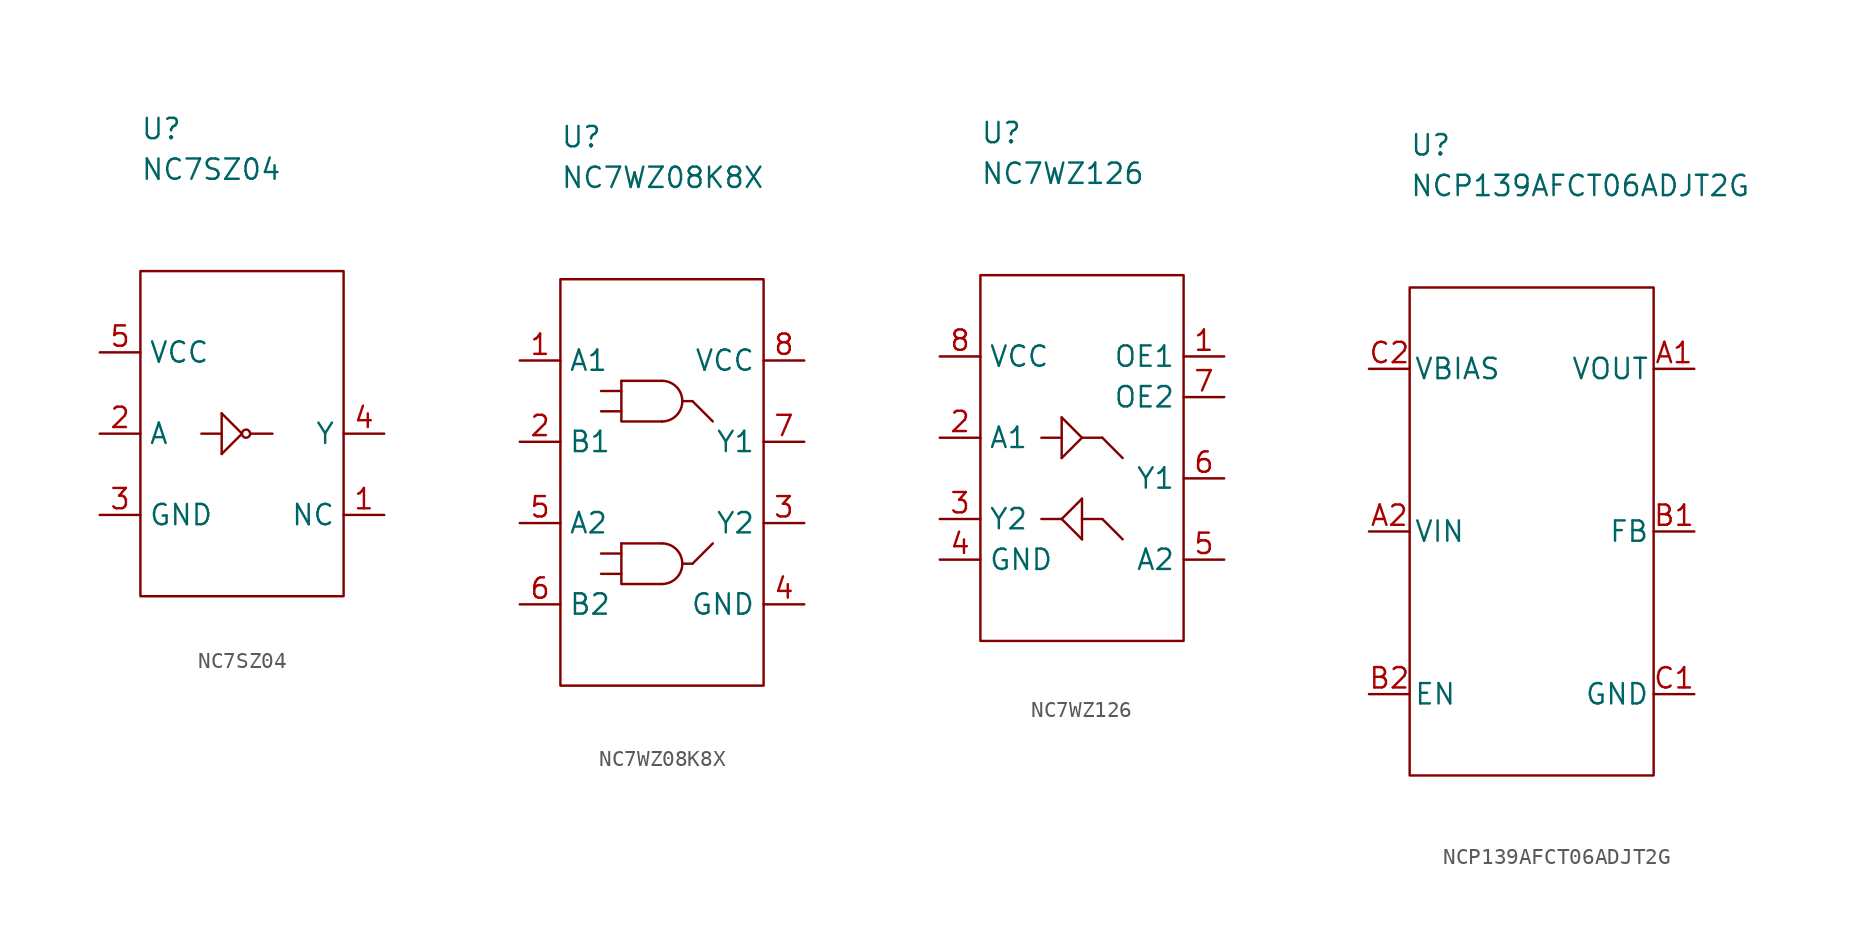
<source format=kicad_sym>
(kicad_symbol_lib
  (version 20211014)
  (generator kicad_symbol_editor)
  (symbol "NC7SZ04"
    (property "Reference" "U"
      (at 0 8.89 0)
      (effects (font (size 1.27 1.27)) (justify left)))
    (property "Value" "NC7SZ04"
      (at 0 6.35 0)
      (effects (font (size 1.27 1.27)) (justify left)))
    (symbol "NC7SZ04_0_1"
      (polyline (pts (xy 3.81 -10.16) (xy 5.08 -10.16)) (stroke (width 0.152) (type default) (color 0 0 0 0)) (fill (type none)))
      (polyline (pts (xy 8.255 -10.16) (xy 6.858 -10.16)) (stroke (width 0.152) (type default) (color 0 0 0 0)) (fill (type none)))
      (polyline (pts (xy 5.08 -8.89) (xy 6.35 -10.16) (xy 5.08 -11.43)) (stroke (width 0.152) (type default) (color 0 0 0 0)) (fill (type none)))
      (rectangle (start 0 0) (end 12.7 -20.32) (stroke (width 0.152) (type default) (color 0 0 0 0)) (fill (type none)))
      (rectangle (start 5.08 -8.89) (end 5.08 -11.43) (stroke (width 0.152) (type default) (color 0 0 0 0)) (fill (type none)))
      (circle (center 6.604 -10.16) (radius 0.254) (stroke (width 0.152) (type default) (color 0 0 0 0)) (fill (type none))))
    (symbol "NC7SZ04_1_1"
      (pin passive line (at 15.24 -15.24 180) (length 2.54) (name "NC" (effects (font (size 1.27 1.27)))) (number "1" (effects (font (size 1.27 1.27)))))
      (pin passive line (at -2.54 -10.16 0) (length 2.54) (name "A" (effects (font (size 1.27 1.27)))) (number "2" (effects (font (size 1.27 1.27)))))
      (pin passive line (at -2.54 -15.24 0) (length 2.54) (name "GND" (effects (font (size 1.27 1.27)))) (number "3" (effects (font (size 1.27 1.27)))))
      (pin passive line (at 15.24 -10.16 180) (length 2.54) (name "Y" (effects (font (size 1.27 1.27)))) (number "4" (effects (font (size 1.27 1.27)))))
      (pin passive line (at -2.54 -5.08 0) (length 2.54) (name "VCC" (effects (font (size 1.27 1.27)))) (number "5" (effects (font (size 1.27 1.27)))))))
  (symbol "NC7WZ08K8X"
    (property "Reference" "U"
      (at 0 8.89 0)
      (effects (font (size 1.27 1.27)) (justify left)))
    (property "Value" "NC7WZ08K8X"
      (at 0 6.35 0)
      (effects (font (size 1.27 1.27)) (justify left)))
    (symbol "NC7WZ08K8X_0_1"
      (polyline (pts (xy 2.54 -18.415) (xy 3.81 -18.415)) (stroke (width 0.152) (type default) (color 0 0 0 0)) (fill (type none)))
      (polyline (pts (xy 2.54 -17.145) (xy 3.81 -17.145)) (stroke (width 0.152) (type default) (color 0 0 0 0)) (fill (type none)))
      (polyline (pts (xy 2.54 -8.255) (xy 3.81 -8.255)) (stroke (width 0.152) (type default) (color 0 0 0 0)) (fill (type none)))
      (polyline (pts (xy 2.54 -6.985) (xy 3.81 -6.985)) (stroke (width 0.152) (type default) (color 0 0 0 0)) (fill (type none)))
      (polyline (pts (xy 3.81 -16.51) (xy 6.35 -16.51)) (stroke (width 0.152) (type default) (color 0 0 0 0)) (fill (type none)))
      (polyline (pts (xy 3.81 -6.35) (xy 6.35 -6.35)) (stroke (width 0.152) (type default) (color 0 0 0 0)) (fill (type none)))
      (polyline (pts (xy 8.255 -17.78) (xy 7.62 -17.78)) (stroke (width 0.152) (type default) (color 0 0 0 0)) (fill (type none)))
      (polyline (pts (xy 8.255 -7.62) (xy 7.62 -7.62)) (stroke (width 0.152) (type default) (color 0 0 0 0)) (fill (type none)))
      (polyline (pts (xy 9.525 -16.51) (xy 8.255 -17.78)) (stroke (width 0.152) (type default) (color 0 0 0 0)) (fill (type none)))
      (polyline (pts (xy 9.525 -8.89) (xy 8.255 -7.62)) (stroke (width 0.152) (type default) (color 0 0 0 0)) (fill (type none)))
      (polyline (pts (xy 3.81 -16.51) (xy 3.81 -19.05) (xy 6.35 -19.05)) (stroke (width 0.152) (type default) (color 0 0 0 0)) (fill (type none)))
      (polyline (pts (xy 3.81 -6.35) (xy 3.81 -8.89) (xy 6.35 -8.89)) (stroke (width 0.152) (type default) (color 0 0 0 0)) (fill (type none)))
      (rectangle (start 0 0) (end 12.7 -25.4) (stroke (width 0.152) (type default) (color 0 0 0 0)) (fill (type none)))
      (arc (start 6.35 -19.05) (mid 7.248 -18.678) (end 7.62 -17.78) (stroke (width 0.1524) (type default) (color 0 0 0 0)) (fill (type none)))
      (arc (start 6.35 -8.89) (mid 7.248 -8.518) (end 7.62 -7.62) (stroke (width 0.1524) (type default) (color 0 0 0 0)) (fill (type none)))
      (arc (start 7.62 -17.78) (mid 7.248 -16.882) (end 6.35 -16.51) (stroke (width 0.1524) (type default) (color 0 0 0 0)) (fill (type none)))
      (arc (start 7.62 -7.62) (mid 7.248 -6.722) (end 6.35 -6.35) (stroke (width 0.1524) (type default) (color 0 0 0 0)) (fill (type none))))
    (symbol "NC7WZ08K8X_1_1"
      (pin passive line (at -2.54 -5.08 0) (length 2.54) (name "A1" (effects (font (size 1.27 1.27)))) (number "1" (effects (font (size 1.27 1.27)))))
      (pin passive line (at -2.54 -10.16 0) (length 2.54) (name "B1" (effects (font (size 1.27 1.27)))) (number "2" (effects (font (size 1.27 1.27)))))
      (pin passive line (at 15.24 -15.24 180) (length 2.54) (name "Y2" (effects (font (size 1.27 1.27)))) (number "3" (effects (font (size 1.27 1.27)))))
      (pin passive line (at 15.24 -20.32 180) (length 2.54) (name "GND" (effects (font (size 1.27 1.27)))) (number "4" (effects (font (size 1.27 1.27)))))
      (pin passive line (at -2.54 -15.24 0) (length 2.54) (name "A2" (effects (font (size 1.27 1.27)))) (number "5" (effects (font (size 1.27 1.27)))))
      (pin passive line (at -2.54 -20.32 0) (length 2.54) (name "B2" (effects (font (size 1.27 1.27)))) (number "6" (effects (font (size 1.27 1.27)))))
      (pin passive line (at 15.24 -10.16 180) (length 2.54) (name "Y1" (effects (font (size 1.27 1.27)))) (number "7" (effects (font (size 1.27 1.27)))))
      (pin passive line (at 15.24 -5.08 180) (length 2.54) (name "VCC" (effects (font (size 1.27 1.27)))) (number "8" (effects (font (size 1.27 1.27)))))))
  (symbol "NC7WZ126"
    (property "Reference" "U"
      (at 0 8.89 0)
      (effects (font (size 1.27 1.27)) (justify left)))
    (property "Value" "NC7WZ126"
      (at 0 6.35 0)
      (effects (font (size 1.27 1.27)) (justify left)))
    (symbol "NC7WZ126_0_1"
      (polyline (pts (xy 3.81 -15.24) (xy 5.08 -15.24)) (stroke (width 0.152) (type default) (color 0 0 0 0)) (fill (type none)))
      (polyline (pts (xy 3.81 -10.16) (xy 5.08 -10.16)) (stroke (width 0.152) (type default) (color 0 0 0 0)) (fill (type none)))
      (polyline (pts (xy 5.08 -15.24) (xy 6.35 -16.51)) (stroke (width 0.152) (type default) (color 0 0 0 0)) (fill (type none)))
      (polyline (pts (xy 5.08 -15.24) (xy 6.35 -13.97)) (stroke (width 0.152) (type default) (color 0 0 0 0)) (fill (type none)))
      (polyline (pts (xy 6.35 -13.97) (xy 6.35 -16.51)) (stroke (width 0.152) (type default) (color 0 0 0 0)) (fill (type none)))
      (polyline (pts (xy 7.62 -15.24) (xy 6.35 -15.24)) (stroke (width 0.152) (type default) (color 0 0 0 0)) (fill (type none)))
      (polyline (pts (xy 7.62 -10.16) (xy 6.35 -10.16)) (stroke (width 0.152) (type default) (color 0 0 0 0)) (fill (type none)))
      (polyline (pts (xy 8.89 -16.51) (xy 7.62 -15.24)) (stroke (width 0.152) (type default) (color 0 0 0 0)) (fill (type none)))
      (polyline (pts (xy 8.89 -11.43) (xy 7.62 -10.16)) (stroke (width 0.152) (type default) (color 0 0 0 0)) (fill (type none)))
      (polyline (pts (xy 5.08 -8.89) (xy 6.35 -10.16) (xy 5.08 -11.43)) (stroke (width 0.152) (type default) (color 0 0 0 0)) (fill (type none)))
      (rectangle (start 0 0) (end 12.7 -22.86) (stroke (width 0.152) (type default) (color 0 0 0 0)) (fill (type none)))
      (rectangle (start 5.08 -8.89) (end 5.08 -11.43) (stroke (width 0.152) (type default) (color 0 0 0 0)) (fill (type none))))
    (symbol "NC7WZ126_1_1"
      (pin passive line (at 15.24 -5.08 180) (length 2.54) (name "OE1" (effects (font (size 1.27 1.27)))) (number "1" (effects (font (size 1.27 1.27)))))
      (pin passive line (at -2.54 -10.16 0) (length 2.54) (name "A1" (effects (font (size 1.27 1.27)))) (number "2" (effects (font (size 1.27 1.27)))))
      (pin passive line (at -2.54 -15.24 0) (length 2.54) (name "Y2" (effects (font (size 1.27 1.27)))) (number "3" (effects (font (size 1.27 1.27)))))
      (pin passive line (at -2.54 -17.78 0) (length 2.54) (name "GND" (effects (font (size 1.27 1.27)))) (number "4" (effects (font (size 1.27 1.27)))))
      (pin passive line (at 15.24 -17.78 180) (length 2.54) (name "A2" (effects (font (size 1.27 1.27)))) (number "5" (effects (font (size 1.27 1.27)))))
      (pin passive line (at 15.24 -12.7 180) (length 2.54) (name "Y1" (effects (font (size 1.27 1.27)))) (number "6" (effects (font (size 1.27 1.27)))))
      (pin passive line (at 15.24 -7.62 180) (length 2.54) (name "OE2" (effects (font (size 1.27 1.27)))) (number "7" (effects (font (size 1.27 1.27)))))
      (pin passive line (at -2.54 -5.08 0) (length 2.54) (name "VCC" (effects (font (size 1.27 1.27)))) (number "8" (effects (font (size 1.27 1.27)))))))
  (symbol "NCP139AFCT06ADJT2G"
    (pin_names
      (offset 0.254))
    (property "Reference" "U"
      (at 0 8.89 0)
      (effects (font (size 1.27 1.27)) (justify left)))
    (property "Value" "NCP139AFCT06ADJT2G"
      (at 0 6.35 0)
      (effects (font (size 1.27 1.27)) (justify left)))
    (symbol "NCP139AFCT06ADJT2G_0_1"
      (rectangle (start 0 0) (end 15.24 -30.48) (stroke (width 0.152) (type default) (color 0 0 0 0)) (fill (type none))))
    (symbol "NCP139AFCT06ADJT2G_1_1"
      (pin passive line (at 17.78 -5.08 180) (length 2.54) (name "VOUT" (effects (font (size 1.27 1.27)))) (number "A1" (effects (font (size 1.27 1.27)))))
      (pin passive line (at -2.54 -15.24 0) (length 2.54) (name "VIN" (effects (font (size 1.27 1.27)))) (number "A2" (effects (font (size 1.27 1.27)))))
      (pin passive line (at 17.78 -15.24 180) (length 2.54) (name "FB" (effects (font (size 1.27 1.27)))) (number "B1" (effects (font (size 1.27 1.27)))))
      (pin passive line (at -2.54 -25.4 0) (length 2.54) (name "EN" (effects (font (size 1.27 1.27)))) (number "B2" (effects (font (size 1.27 1.27)))))
      (pin passive line (at 17.78 -25.4 180) (length 2.54) (name "GND" (effects (font (size 1.27 1.27)))) (number "C1" (effects (font (size 1.27 1.27)))))
      (pin passive line (at -2.54 -5.08 0) (length 2.54) (name "VBIAS" (effects (font (size 1.27 1.27)))) (number "C2" (effects (font (size 1.27 1.27))))))))
</source>
